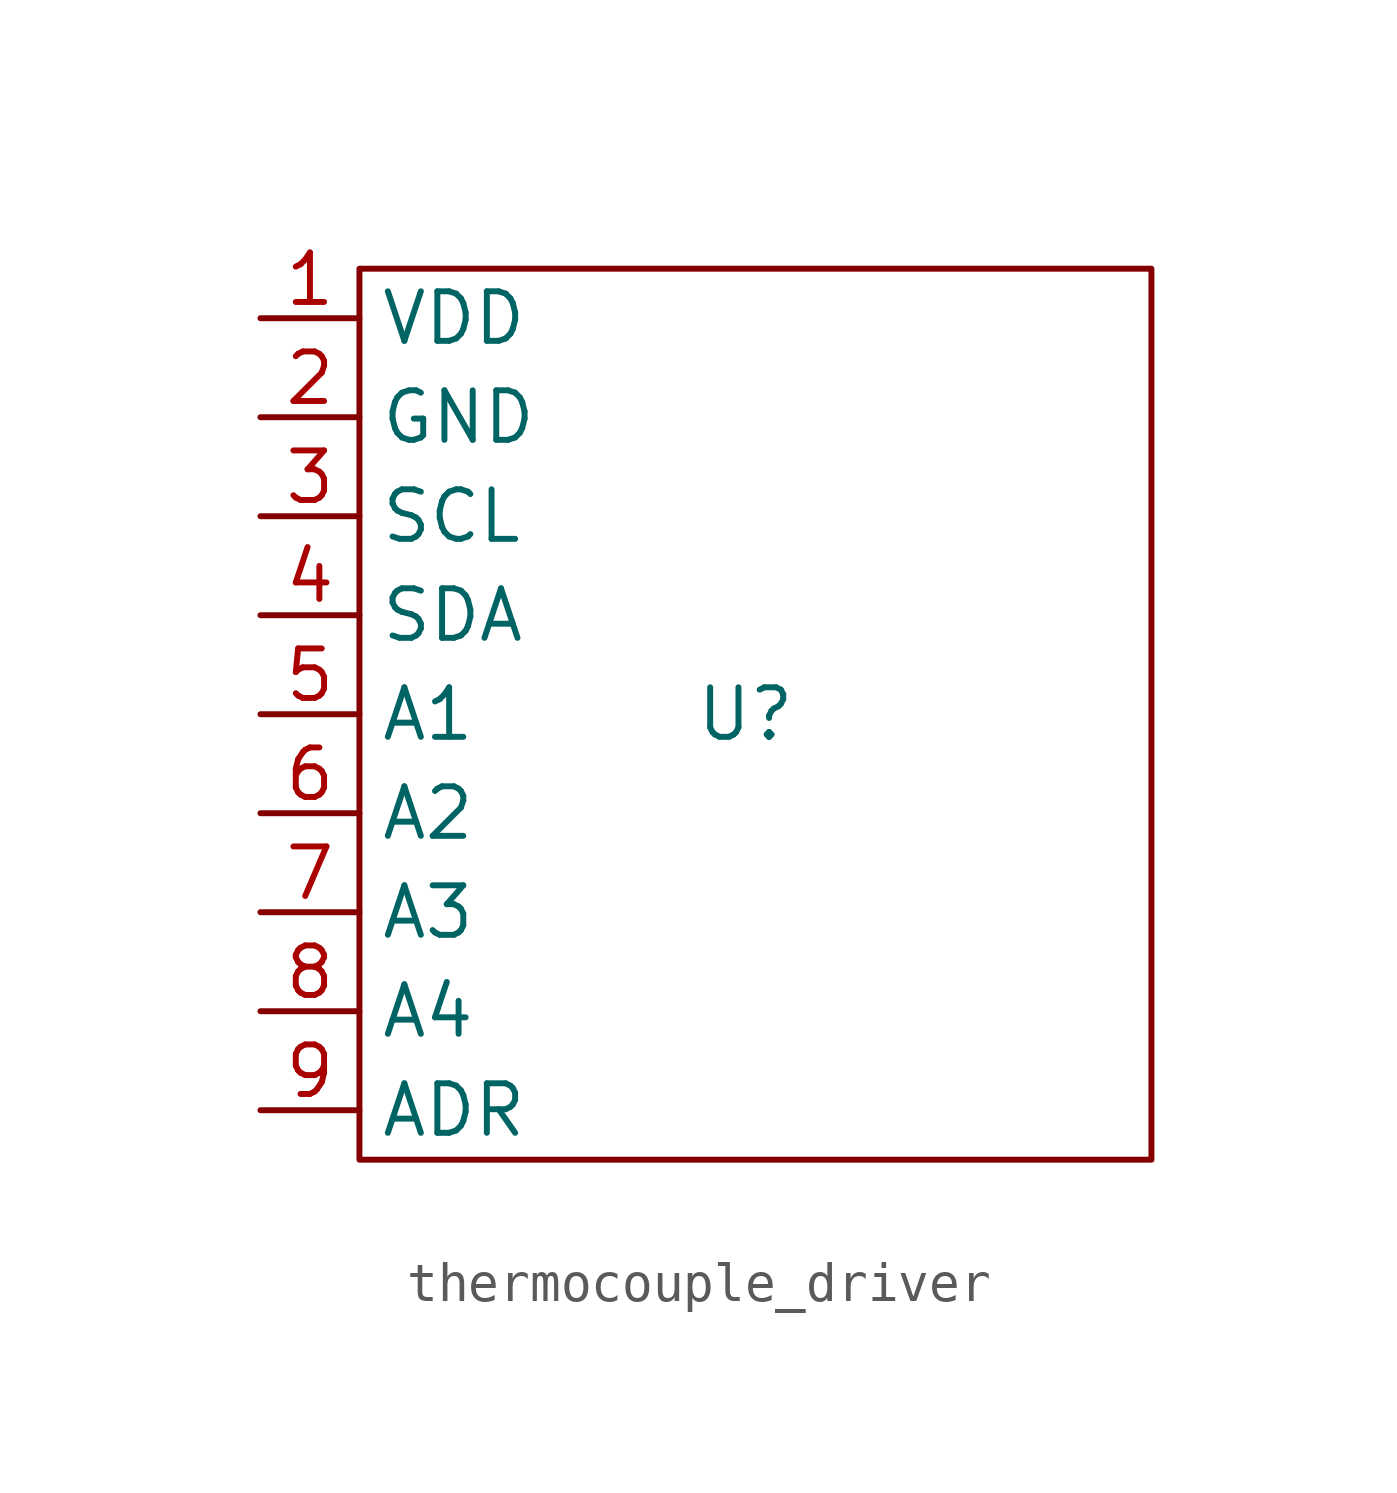
<source format=kicad_sym>
(kicad_symbol_lib
  (version 20231120)
  (generator "kicad_symbol_editor")
  (generator_version "8.0")
  (symbol "thermocouple_driver"
    (property "Reference" "U"
      (at -0.254 0 0)
      (effects (font (size 1.27 1.27))))
    (property "Value" ""
      (at -2.54 6.35 0)
      (effects (font (size 1.27 1.27))))
    (symbol "thermocouple_driver_0_1"
      (rectangle (start -10.16 11.43) (end 10.16 -11.43) (stroke (width 0) (type default)) (fill (type none))))
    (symbol "thermocouple_driver_1_1"
      (pin input line (at -12.7 10.16 0) (length 2.54) (name "VDD" (effects (font (size 1.27 1.27)))) (number "1" (effects (font (size 1.27 1.27)))))
      (pin input line (at -12.7 7.62 0) (length 2.54) (name "GND" (effects (font (size 1.27 1.27)))) (number "2" (effects (font (size 1.27 1.27)))))
      (pin bidirectional line (at -12.7 5.08 0) (length 2.54) (name "SCL" (effects (font (size 1.27 1.27)))) (number "3" (effects (font (size 1.27 1.27)))))
      (pin bidirectional line (at -12.7 2.54 0) (length 2.54) (name "SDA" (effects (font (size 1.27 1.27)))) (number "4" (effects (font (size 1.27 1.27)))))
      (pin bidirectional line (at -12.7 0 0) (length 2.54) (name "A1" (effects (font (size 1.27 1.27)))) (number "5" (effects (font (size 1.27 1.27)))))
      (pin bidirectional line (at -12.7 -2.54 0) (length 2.54) (name "A2" (effects (font (size 1.27 1.27)))) (number "6" (effects (font (size 1.27 1.27)))))
      (pin bidirectional line (at -12.7 -5.08 0) (length 2.54) (name "A3" (effects (font (size 1.27 1.27)))) (number "7" (effects (font (size 1.27 1.27)))))
      (pin bidirectional line (at -12.7 -7.62 0) (length 2.54) (name "A4" (effects (font (size 1.27 1.27)))) (number "8" (effects (font (size 1.27 1.27)))))
      (pin input line (at -12.7 -10.16 0) (length 2.54) (name "ADR" (effects (font (size 1.27 1.27)))) (number "9" (effects (font (size 1.27 1.27))))))))
</source>
